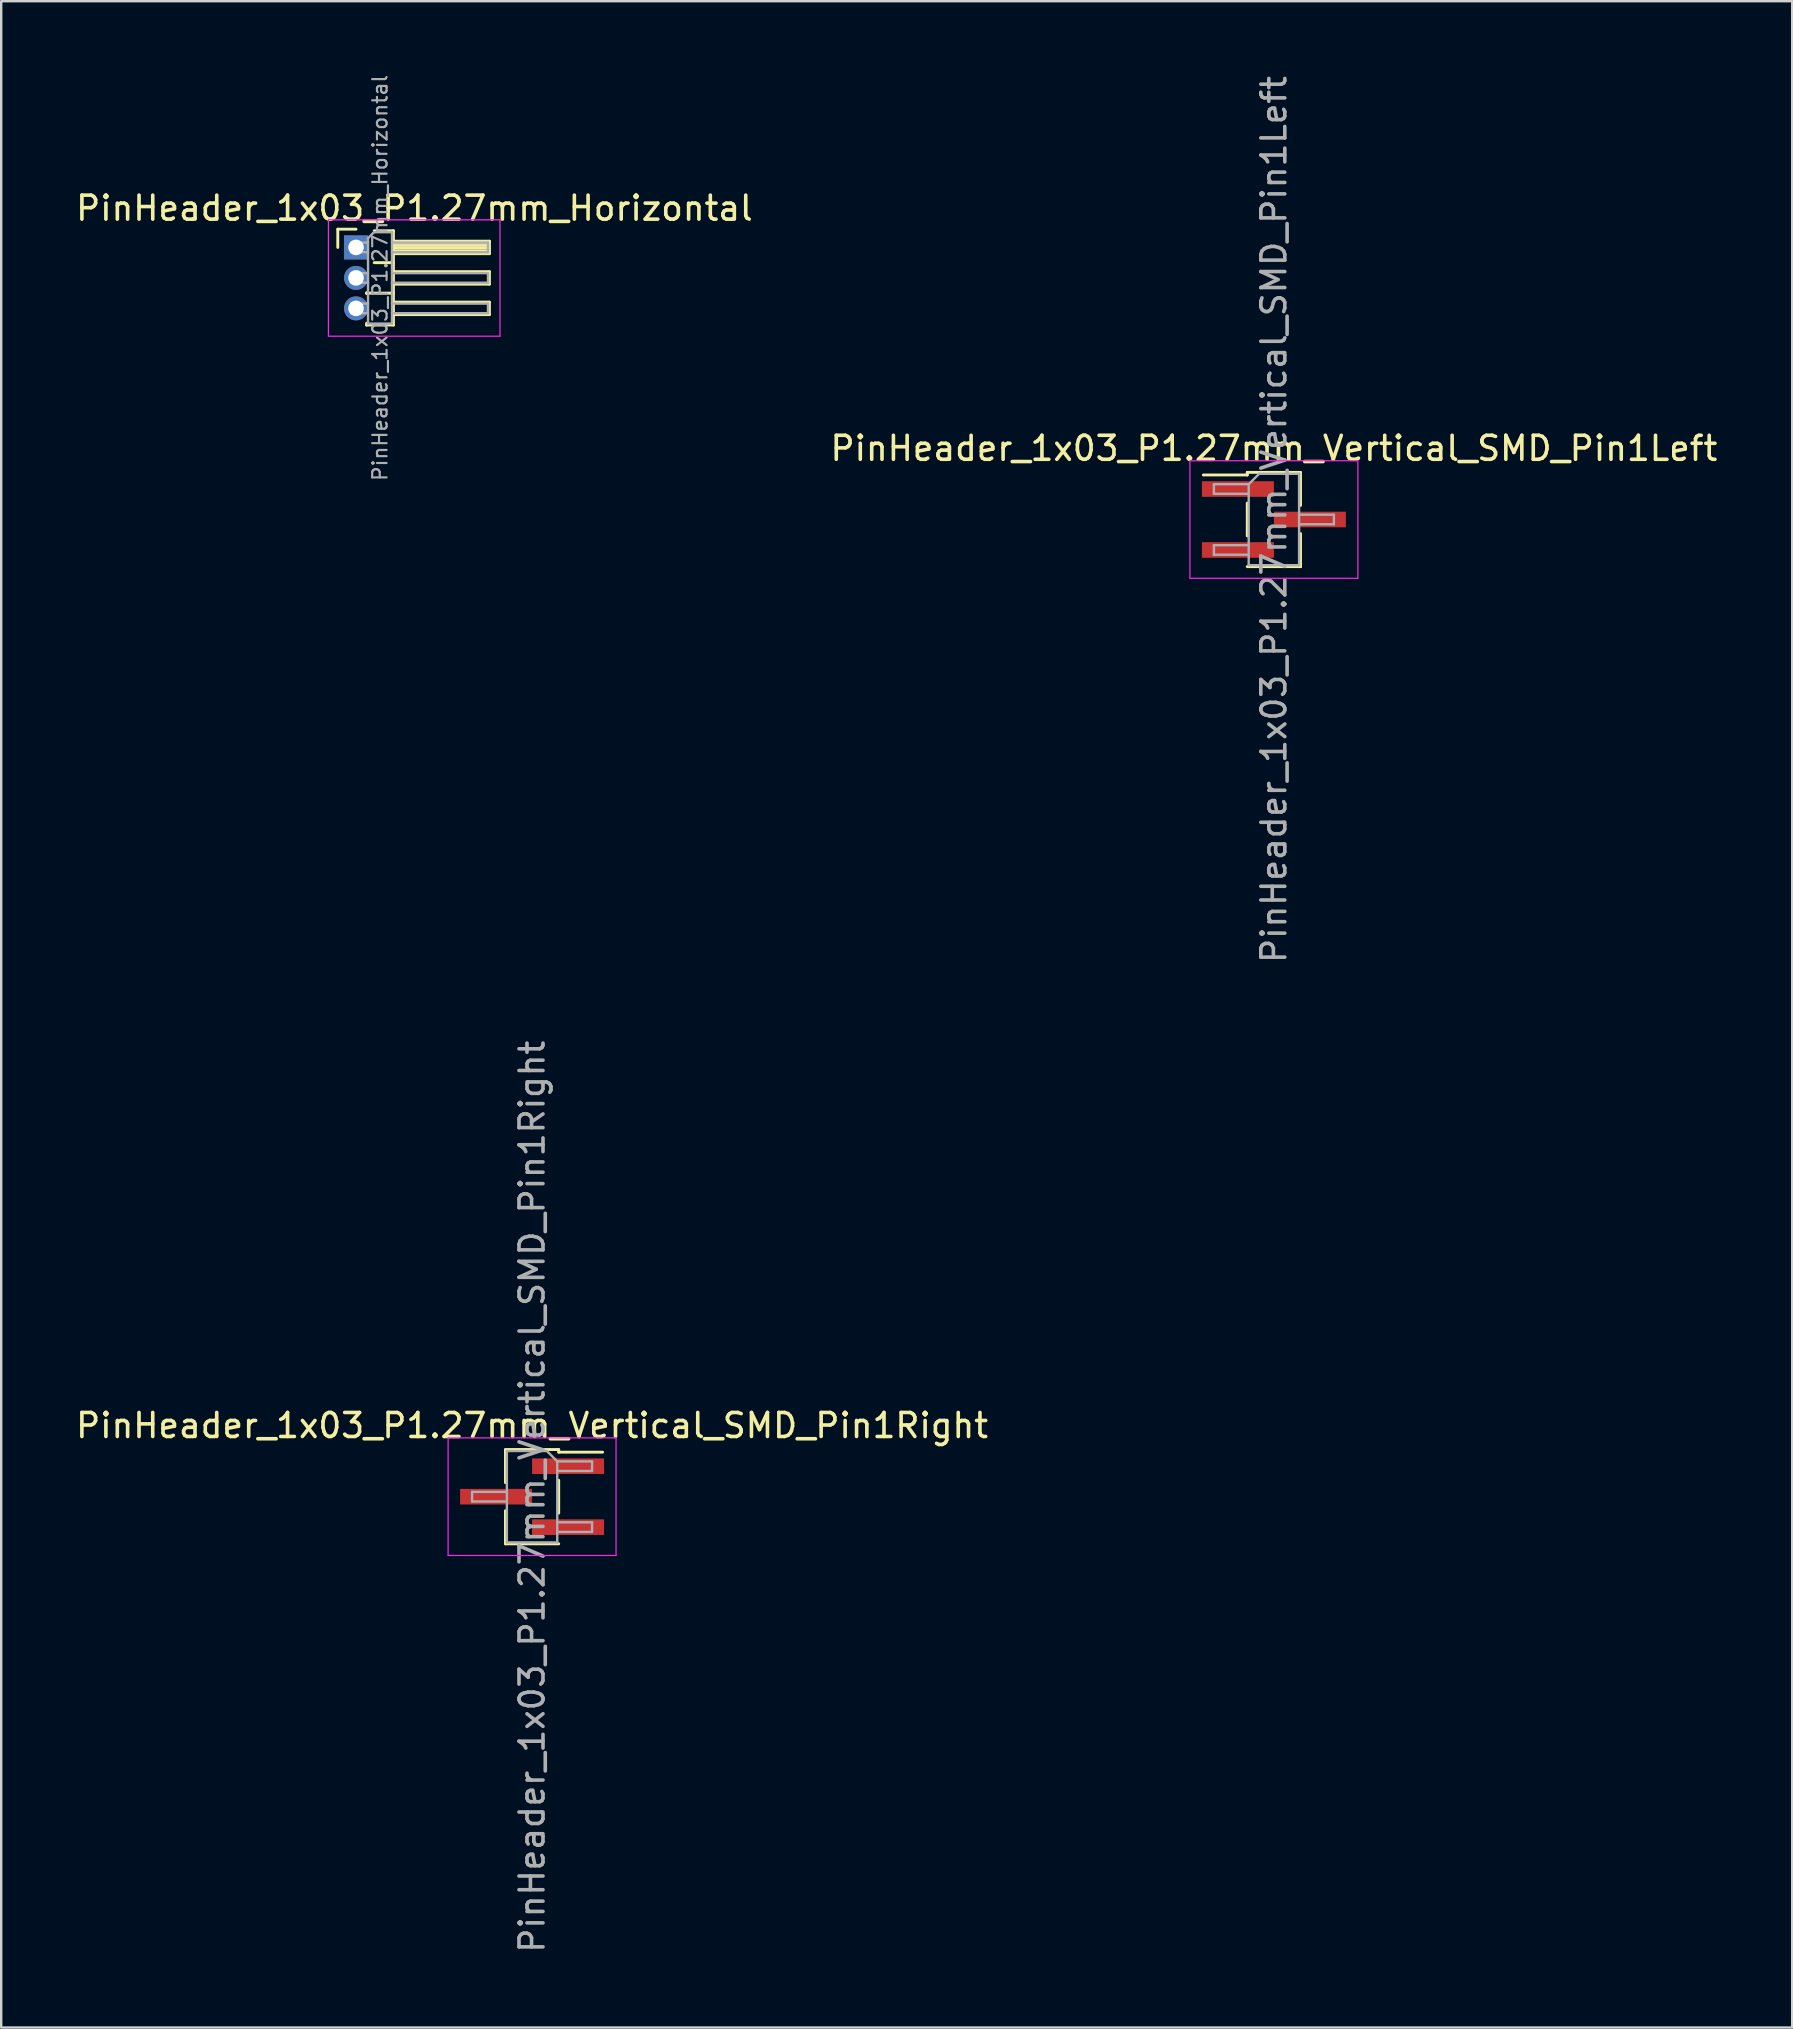
<source format=kicad_pcb>
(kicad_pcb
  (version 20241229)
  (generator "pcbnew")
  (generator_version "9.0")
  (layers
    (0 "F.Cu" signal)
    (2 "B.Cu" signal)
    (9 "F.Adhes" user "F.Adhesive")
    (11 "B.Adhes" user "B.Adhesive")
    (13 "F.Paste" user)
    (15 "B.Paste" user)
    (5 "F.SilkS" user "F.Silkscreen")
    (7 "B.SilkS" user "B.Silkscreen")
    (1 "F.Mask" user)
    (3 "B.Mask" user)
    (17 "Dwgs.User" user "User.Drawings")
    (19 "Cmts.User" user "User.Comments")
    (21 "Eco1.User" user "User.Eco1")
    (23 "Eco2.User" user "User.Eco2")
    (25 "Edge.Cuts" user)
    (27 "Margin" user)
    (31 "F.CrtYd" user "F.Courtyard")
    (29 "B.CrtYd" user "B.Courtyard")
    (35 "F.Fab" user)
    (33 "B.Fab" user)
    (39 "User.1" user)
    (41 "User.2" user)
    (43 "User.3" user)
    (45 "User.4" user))
  (footprint "PinHeader_1x03_P1.27mm_Vertical_SMD_Pin1Right"
    (layer "F.Cu")
    (at 19.125 59.327)
    (property "Reference" "PinHeader_1x03_P1.27mm_Vertical_SMD_Pin1Right" (at 0 -2.965 0) (layer "F.SilkS") (effects (font (size 1 1) (thickness 0.15))))
    (attr smd)
    (fp_line (start -1.11 -1.965) (end 1.11 -1.965) (stroke (width 0.12) (type solid)) (layer "F.SilkS"))
    (fp_line (start -1.11 -1.955) (end -1.11 -0.585) (stroke (width 0.12) (type solid)) (layer "F.SilkS"))
    (fp_line (start -1.11 0.585) (end -1.11 1.955) (stroke (width 0.12) (type solid)) (layer "F.SilkS"))
    (fp_line (start -1.11 1.855) (end -1.11 1.965) (stroke (width 0.12) (type solid)) (layer "F.SilkS"))
    (fp_line (start -1.11 1.965) (end 1.11 1.965) (stroke (width 0.12) (type solid)) (layer "F.SilkS"))
    (fp_line (start 1.11 -1.965) (end 1.11 -1.855) (stroke (width 0.12) (type solid)) (layer "F.SilkS"))
    (fp_line (start 1.11 -1.855) (end 2.94 -1.855) (stroke (width 0.12) (type solid)) (layer "F.SilkS"))
    (fp_line (start 1.11 -0.685) (end 1.11 0.685) (stroke (width 0.12) (type solid)) (layer "F.SilkS"))
    (fp_line (start -3.5 -2.45) (end -3.5 2.45) (stroke (width 0.05) (type solid)) (layer "F.CrtYd"))
    (fp_line (start -3.5 2.45) (end 3.5 2.45) (stroke (width 0.05) (type solid)) (layer "F.CrtYd"))
    (fp_line (start 3.5 -2.45) (end -3.5 -2.45) (stroke (width 0.05) (type solid)) (layer "F.CrtYd"))
    (fp_line (start 3.5 2.45) (end 3.5 -2.45) (stroke (width 0.05) (type solid)) (layer "F.CrtYd"))
    (fp_line (start -2.5 -0.2) (end -2.5 0.2) (stroke (width 0.1) (type solid)) (layer "F.Fab"))
    (fp_line (start -2.5 0.2) (end -1.05 0.2) (stroke (width 0.1) (type solid)) (layer "F.Fab"))
    (fp_line (start -1.05 -1.905) (end -1.05 1.905) (stroke (width 0.1) (type solid)) (layer "F.Fab"))
    (fp_line (start -1.05 -1.905) (end 0.615 -1.905) (stroke (width 0.1) (type solid)) (layer "F.Fab"))
    (fp_line (start -1.05 -0.2) (end -2.5 -0.2) (stroke (width 0.1) (type solid)) (layer "F.Fab"))
    (fp_line (start 1.05 -1.47) (end 0.615 -1.905) (stroke (width 0.1) (type solid)) (layer "F.Fab"))
    (fp_line (start 1.05 -1.47) (end 2.5 -1.47) (stroke (width 0.1) (type solid)) (layer "F.Fab"))
    (fp_line (start 1.05 1.07) (end 2.5 1.07) (stroke (width 0.1) (type solid)) (layer "F.Fab"))
    (fp_line (start 1.05 1.905) (end -1.05 1.905) (stroke (width 0.1) (type solid)) (layer "F.Fab"))
    (fp_line (start 1.05 1.905) (end 1.05 -1.47) (stroke (width 0.1) (type solid)) (layer "F.Fab"))
    (fp_line (start 2.5 -1.47) (end 2.5 -1.07) (stroke (width 0.1) (type solid)) (layer "F.Fab"))
    (fp_line (start 2.5 -1.07) (end 1.05 -1.07) (stroke (width 0.1) (type solid)) (layer "F.Fab"))
    (fp_line (start 2.5 1.07) (end 2.5 1.47) (stroke (width 0.1) (type solid)) (layer "F.Fab"))
    (fp_line (start 2.5 1.47) (end 1.05 1.47) (stroke (width 0.1) (type solid)) (layer "F.Fab"))
    (fp_text user "${REFERENCE}" (at 0 0 90) (layer "F.Fab") (effects (font (size 1 1) (thickness 0.15))))
    (pad "1" smd rect (at 1.5 -1.27) (size 3 0.65) (layers "F.Cu" "F.Mask" "F.Paste"))
    (pad "2" smd rect (at -1.5 0) (size 3 0.65) (layers "F.Cu" "F.Mask" "F.Paste"))
    (pad "3" smd rect (at 1.5 1.27) (size 3 0.65) (layers "F.Cu" "F.Mask" "F.Paste")))
  (footprint "PinHeader_1x03_P1.27mm_Horizontal"
    (layer "F.Cu")
    (at 11.788 7.262)
    (property "Reference" "PinHeader_1x03_P1.27mm_Horizontal" (at 2.433 -1.635 0) (layer "F.SilkS") (effects (font (size 1 1) (thickness 0.15))))
    (attr through_hole)
    (fp_line (start -0.76 -0.76) (end 0 -0.76) (stroke (width 0.12) (type solid)) (layer "F.SilkS"))
    (fp_line (start -0.76 0) (end -0.76 -0.76) (stroke (width 0.12) (type solid)) (layer "F.SilkS"))
    (fp_line (start 0.44 1.89) (end 0.44 1.92) (stroke (width 0.12) (type solid)) (layer "F.SilkS"))
    (fp_line (start 0.44 1.905) (end 1.56 1.905) (stroke (width 0.12) (type solid)) (layer "F.SilkS"))
    (fp_line (start 0.44 3.235) (end 0.44 3.16) (stroke (width 0.12) (type solid)) (layer "F.SilkS"))
    (fp_line (start 0.76 -0.695) (end 1.56 -0.695) (stroke (width 0.12) (type solid)) (layer "F.SilkS"))
    (fp_line (start 0.76 0.635) (end 1.56 0.635) (stroke (width 0.12) (type solid)) (layer "F.SilkS"))
    (fp_line (start 1.56 -0.695) (end 1.56 3.235) (stroke (width 0.12) (type solid)) (layer "F.SilkS"))
    (fp_line (start 1.56 -0.26) (end 5.56 -0.26) (stroke (width 0.12) (type solid)) (layer "F.SilkS"))
    (fp_line (start 1.56 -0.2) (end 5.56 -0.2) (stroke (width 0.12) (type solid)) (layer "F.SilkS"))
    (fp_line (start 1.56 -0.08) (end 5.56 -0.08) (stroke (width 0.12) (type solid)) (layer "F.SilkS"))
    (fp_line (start 1.56 0.04) (end 5.56 0.04) (stroke (width 0.12) (type solid)) (layer "F.SilkS"))
    (fp_line (start 1.56 0.16) (end 5.56 0.16) (stroke (width 0.12) (type solid)) (layer "F.SilkS"))
    (fp_line (start 1.56 1.01) (end 5.56 1.01) (stroke (width 0.12) (type solid)) (layer "F.SilkS"))
    (fp_line (start 1.56 2.28) (end 5.56 2.28) (stroke (width 0.12) (type solid)) (layer "F.SilkS"))
    (fp_line (start 1.56 3.235) (end 0.44 3.235) (stroke (width 0.12) (type solid)) (layer "F.SilkS"))
    (fp_line (start 5.56 -0.26) (end 5.56 0.26) (stroke (width 0.12) (type solid)) (layer "F.SilkS"))
    (fp_line (start 5.56 0.26) (end 1.56 0.26) (stroke (width 0.12) (type solid)) (layer "F.SilkS"))
    (fp_line (start 5.56 1.01) (end 5.56 1.53) (stroke (width 0.12) (type solid)) (layer "F.SilkS"))
    (fp_line (start 5.56 1.53) (end 1.56 1.53) (stroke (width 0.12) (type solid)) (layer "F.SilkS"))
    (fp_line (start 5.56 2.28) (end 5.56 2.8) (stroke (width 0.12) (type solid)) (layer "F.SilkS"))
    (fp_line (start 5.56 2.8) (end 1.56 2.8) (stroke (width 0.12) (type solid)) (layer "F.SilkS"))
    (fp_line (start -1.15 -1.15) (end -1.15 3.7) (stroke (width 0.05) (type solid)) (layer "F.CrtYd"))
    (fp_line (start -1.15 3.7) (end 6 3.7) (stroke (width 0.05) (type solid)) (layer "F.CrtYd"))
    (fp_line (start 6 -1.15) (end -1.15 -1.15) (stroke (width 0.05) (type solid)) (layer "F.CrtYd"))
    (fp_line (start 6 3.7) (end 6 -1.15) (stroke (width 0.05) (type solid)) (layer "F.CrtYd"))
    (fp_line (start -0.2 -0.2) (end -0.2 0.2) (stroke (width 0.1) (type solid)) (layer "F.Fab"))
    (fp_line (start -0.2 -0.2) (end 0.5 -0.2) (stroke (width 0.1) (type solid)) (layer "F.Fab"))
    (fp_line (start -0.2 0.2) (end 0.5 0.2) (stroke (width 0.1) (type solid)) (layer "F.Fab"))
    (fp_line (start -0.2 1.07) (end -0.2 1.47) (stroke (width 0.1) (type solid)) (layer "F.Fab"))
    (fp_line (start -0.2 1.07) (end 0.5 1.07) (stroke (width 0.1) (type solid)) (layer "F.Fab"))
    (fp_line (start -0.2 1.47) (end 0.5 1.47) (stroke (width 0.1) (type solid)) (layer "F.Fab"))
    (fp_line (start -0.2 2.34) (end -0.2 2.74) (stroke (width 0.1) (type solid)) (layer "F.Fab"))
    (fp_line (start -0.2 2.34) (end 0.5 2.34) (stroke (width 0.1) (type solid)) (layer "F.Fab"))
    (fp_line (start -0.2 2.74) (end 0.5 2.74) (stroke (width 0.1) (type solid)) (layer "F.Fab"))
    (fp_line (start 0.5 -0.385) (end 0.75 -0.635) (stroke (width 0.1) (type solid)) (layer "F.Fab"))
    (fp_line (start 0.5 3.175) (end 0.5 -0.385) (stroke (width 0.1) (type solid)) (layer "F.Fab"))
    (fp_line (start 0.75 -0.635) (end 1.5 -0.635) (stroke (width 0.1) (type solid)) (layer "F.Fab"))
    (fp_line (start 1.5 -0.635) (end 1.5 3.175) (stroke (width 0.1) (type solid)) (layer "F.Fab"))
    (fp_line (start 1.5 -0.2) (end 5.5 -0.2) (stroke (width 0.1) (type solid)) (layer "F.Fab"))
    (fp_line (start 1.5 0.2) (end 5.5 0.2) (stroke (width 0.1) (type solid)) (layer "F.Fab"))
    (fp_line (start 1.5 1.07) (end 5.5 1.07) (stroke (width 0.1) (type solid)) (layer "F.Fab"))
    (fp_line (start 1.5 1.47) (end 5.5 1.47) (stroke (width 0.1) (type solid)) (layer "F.Fab"))
    (fp_line (start 1.5 2.34) (end 5.5 2.34) (stroke (width 0.1) (type solid)) (layer "F.Fab"))
    (fp_line (start 1.5 2.74) (end 5.5 2.74) (stroke (width 0.1) (type solid)) (layer "F.Fab"))
    (fp_line (start 1.5 3.175) (end 0.5 3.175) (stroke (width 0.1) (type solid)) (layer "F.Fab"))
    (fp_line (start 5.5 -0.2) (end 5.5 0.2) (stroke (width 0.1) (type solid)) (layer "F.Fab"))
    (fp_line (start 5.5 1.07) (end 5.5 1.47) (stroke (width 0.1) (type solid)) (layer "F.Fab"))
    (fp_line (start 5.5 2.34) (end 5.5 2.74) (stroke (width 0.1) (type solid)) (layer "F.Fab"))
    (fp_text user "${REFERENCE}" (at 1 1.27 90) (layer "F.Fab") (effects (font (size 0.6 0.6) (thickness 0.09))))
    (pad "1" thru_hole rect (at 0 0) (size 1 1) (drill 0.65) (layers "*.Cu" "*.Mask"))
    (pad "2" thru_hole oval (at 0 1.27) (size 1 1) (drill 0.65) (layers "*.Cu" "*.Mask"))
    (pad "3" thru_hole oval (at 0 2.54) (size 1 1) (drill 0.65) (layers "*.Cu" "*.Mask")))
  (footprint "PinHeader_1x03_P1.27mm_Vertical_SMD_Pin1Left"
    (layer "F.Cu")
    (at 50.042 18.601)
    (property "Reference" "PinHeader_1x03_P1.27mm_Vertical_SMD_Pin1Left" (at 0 -2.965 0) (layer "F.SilkS") (effects (font (size 1 1) (thickness 0.15))))
    (attr smd)
    (fp_line (start -1.11 -1.965) (end -1.11 -1.855) (stroke (width 0.12) (type solid)) (layer "F.SilkS"))
    (fp_line (start -1.11 -1.965) (end 1.11 -1.965) (stroke (width 0.12) (type solid)) (layer "F.SilkS"))
    (fp_line (start -1.11 -1.855) (end -2.94 -1.855) (stroke (width 0.12) (type solid)) (layer "F.SilkS"))
    (fp_line (start -1.11 -0.685) (end -1.11 0.685) (stroke (width 0.12) (type solid)) (layer "F.SilkS"))
    (fp_line (start -1.11 1.965) (end 1.11 1.965) (stroke (width 0.12) (type solid)) (layer "F.SilkS"))
    (fp_line (start 1.11 -1.955) (end 1.11 -0.585) (stroke (width 0.12) (type solid)) (layer "F.SilkS"))
    (fp_line (start 1.11 0.585) (end 1.11 1.955) (stroke (width 0.12) (type solid)) (layer "F.SilkS"))
    (fp_line (start 1.11 1.855) (end 1.11 1.965) (stroke (width 0.12) (type solid)) (layer "F.SilkS"))
    (fp_line (start -3.5 -2.45) (end -3.5 2.45) (stroke (width 0.05) (type solid)) (layer "F.CrtYd"))
    (fp_line (start -3.5 2.45) (end 3.5 2.45) (stroke (width 0.05) (type solid)) (layer "F.CrtYd"))
    (fp_line (start 3.5 -2.45) (end -3.5 -2.45) (stroke (width 0.05) (type solid)) (layer "F.CrtYd"))
    (fp_line (start 3.5 2.45) (end 3.5 -2.45) (stroke (width 0.05) (type solid)) (layer "F.CrtYd"))
    (fp_line (start -2.5 -1.47) (end -2.5 -1.07) (stroke (width 0.1) (type solid)) (layer "F.Fab"))
    (fp_line (start -2.5 -1.07) (end -1.05 -1.07) (stroke (width 0.1) (type solid)) (layer "F.Fab"))
    (fp_line (start -2.5 1.07) (end -2.5 1.47) (stroke (width 0.1) (type solid)) (layer "F.Fab"))
    (fp_line (start -2.5 1.47) (end -1.05 1.47) (stroke (width 0.1) (type solid)) (layer "F.Fab"))
    (fp_line (start -1.05 -1.47) (end -2.5 -1.47) (stroke (width 0.1) (type solid)) (layer "F.Fab"))
    (fp_line (start -1.05 -1.47) (end -0.615 -1.905) (stroke (width 0.1) (type solid)) (layer "F.Fab"))
    (fp_line (start -1.05 1.07) (end -2.5 1.07) (stroke (width 0.1) (type solid)) (layer "F.Fab"))
    (fp_line (start -1.05 1.905) (end -1.05 -1.47) (stroke (width 0.1) (type solid)) (layer "F.Fab"))
    (fp_line (start -0.615 -1.905) (end 1.05 -1.905) (stroke (width 0.1) (type solid)) (layer "F.Fab"))
    (fp_line (start 1.05 -1.905) (end 1.05 1.905) (stroke (width 0.1) (type solid)) (layer "F.Fab"))
    (fp_line (start 1.05 -0.2) (end 2.5 -0.2) (stroke (width 0.1) (type solid)) (layer "F.Fab"))
    (fp_line (start 1.05 1.905) (end -1.05 1.905) (stroke (width 0.1) (type solid)) (layer "F.Fab"))
    (fp_line (start 2.5 -0.2) (end 2.5 0.2) (stroke (width 0.1) (type solid)) (layer "F.Fab"))
    (fp_line (start 2.5 0.2) (end 1.05 0.2) (stroke (width 0.1) (type solid)) (layer "F.Fab"))
    (fp_text user "${REFERENCE}" (at 0 0 90) (layer "F.Fab") (effects (font (size 1 1) (thickness 0.15))))
    (pad "1" smd rect (at -1.5 -1.27) (size 3 0.65) (layers "F.Cu" "F.Mask" "F.Paste"))
    (pad "2" smd rect (at 1.5 0) (size 3 0.65) (layers "F.Cu" "F.Mask" "F.Paste"))
    (pad "3" smd rect (at -1.5 1.27) (size 3 0.65) (layers "F.Cu" "F.Mask" "F.Paste")))
  (gr_rect
    (start -3 -3)
    (end 71.643 81.452)
    (stroke (width 0.1) (type default))
    (fill no)
    (layer "Edge.Cuts")))
</source>
